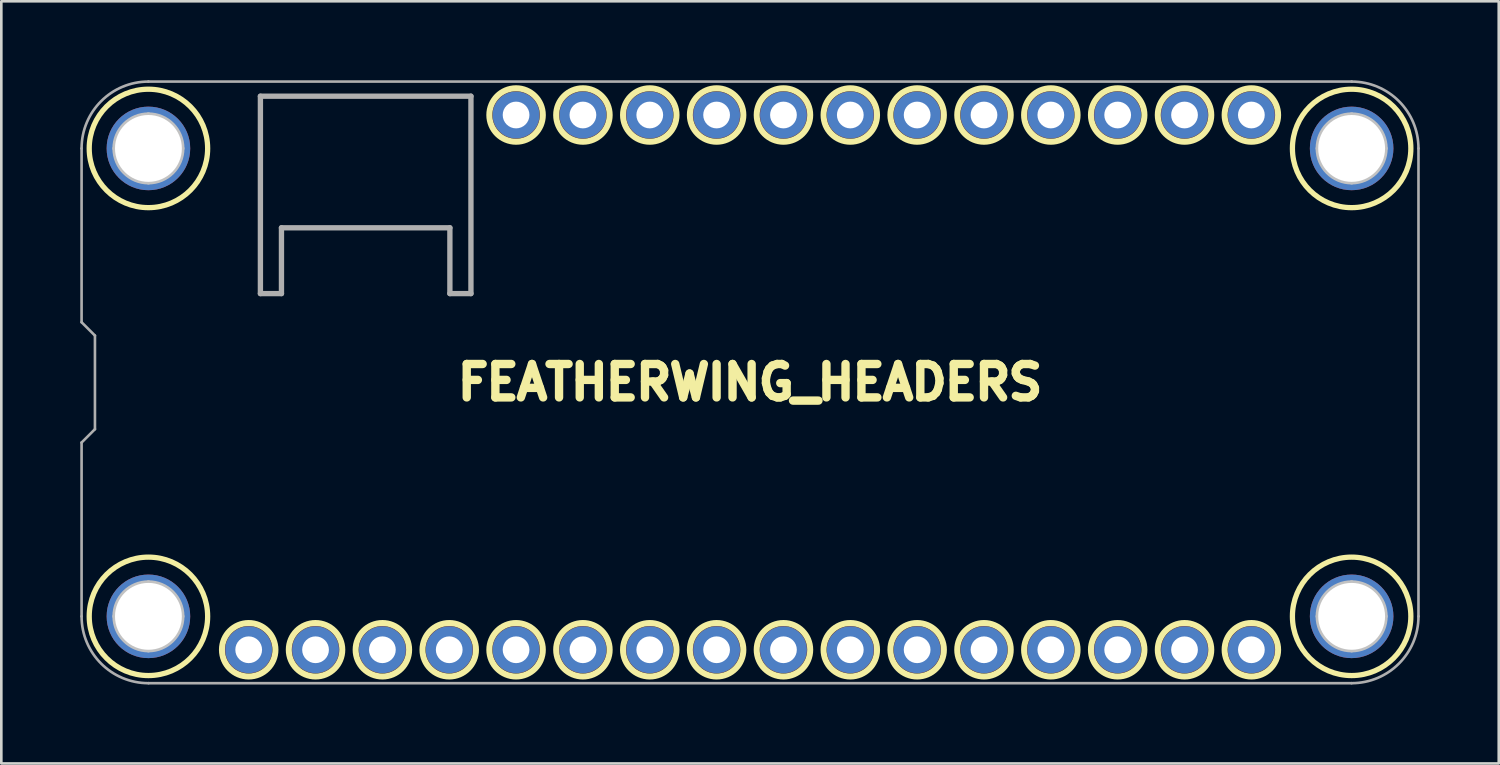
<source format=kicad_pcb>
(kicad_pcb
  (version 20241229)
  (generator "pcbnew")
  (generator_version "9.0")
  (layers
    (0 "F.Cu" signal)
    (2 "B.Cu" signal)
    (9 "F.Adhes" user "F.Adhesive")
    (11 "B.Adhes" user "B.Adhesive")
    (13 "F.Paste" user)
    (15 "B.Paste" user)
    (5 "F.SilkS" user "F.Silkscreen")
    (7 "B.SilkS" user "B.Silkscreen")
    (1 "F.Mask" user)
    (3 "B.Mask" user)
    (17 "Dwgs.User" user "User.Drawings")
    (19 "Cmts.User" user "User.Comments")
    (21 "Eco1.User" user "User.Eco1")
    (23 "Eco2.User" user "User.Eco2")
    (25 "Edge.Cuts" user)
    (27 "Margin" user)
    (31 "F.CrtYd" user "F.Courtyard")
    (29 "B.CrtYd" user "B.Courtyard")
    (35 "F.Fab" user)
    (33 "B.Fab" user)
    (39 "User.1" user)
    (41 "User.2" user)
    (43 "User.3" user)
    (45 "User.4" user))
  (footprint "FEATHERWING_HEADERS"
    (layer "F.Cu")
    (at 25.45 11.48)
    (property "Reference" "FEATHERWING_HEADERS" (at 0 0 0) (layer "F.SilkS") (effects (font (size 1.27 1.27) (thickness 0.318))))
    (fp_circle (center -22.86 -8.89) (end -20.61 -8.89) (stroke (width 0.2) (type solid)) (fill no) (layer "F.SilkS"))
    (fp_circle (center -22.86 8.89) (end -20.61 8.89) (stroke (width 0.2) (type solid)) (fill no) (layer "F.SilkS"))
    (fp_circle (center -19.05 10.16) (end -18.034 10.16) (stroke (width 0.229) (type solid)) (fill no) (layer "F.SilkS"))
    (fp_circle (center -16.51 10.16) (end -15.494 10.16) (stroke (width 0.229) (type solid)) (fill no) (layer "F.SilkS"))
    (fp_circle (center -13.97 10.16) (end -12.954 10.16) (stroke (width 0.229) (type solid)) (fill no) (layer "F.SilkS"))
    (fp_circle (center -11.43 10.16) (end -10.414 10.16) (stroke (width 0.229) (type solid)) (fill no) (layer "F.SilkS"))
    (fp_circle (center -8.89 -10.16) (end -7.874 -10.16) (stroke (width 0.229) (type solid)) (fill no) (layer "F.SilkS"))
    (fp_circle (center -8.89 10.16) (end -7.874 10.16) (stroke (width 0.229) (type solid)) (fill no) (layer "F.SilkS"))
    (fp_circle (center -6.35 -10.16) (end -5.334 -10.16) (stroke (width 0.229) (type solid)) (fill no) (layer "F.SilkS"))
    (fp_circle (center -6.35 10.16) (end -5.334 10.16) (stroke (width 0.229) (type solid)) (fill no) (layer "F.SilkS"))
    (fp_circle (center -3.81 -10.16) (end -2.794 -10.16) (stroke (width 0.229) (type solid)) (fill no) (layer "F.SilkS"))
    (fp_circle (center -3.81 10.16) (end -2.794 10.16) (stroke (width 0.229) (type solid)) (fill no) (layer "F.SilkS"))
    (fp_circle (center -1.27 -10.16) (end -0.254 -10.16) (stroke (width 0.229) (type solid)) (fill no) (layer "F.SilkS"))
    (fp_circle (center -1.27 10.16) (end -0.254 10.16) (stroke (width 0.229) (type solid)) (fill no) (layer "F.SilkS"))
    (fp_circle (center 1.27 -10.16) (end 2.286 -10.16) (stroke (width 0.229) (type solid)) (fill no) (layer "F.SilkS"))
    (fp_circle (center 1.27 10.16) (end 2.286 10.16) (stroke (width 0.229) (type solid)) (fill no) (layer "F.SilkS"))
    (fp_circle (center 3.81 -10.16) (end 4.826 -10.16) (stroke (width 0.229) (type solid)) (fill no) (layer "F.SilkS"))
    (fp_circle (center 3.81 10.16) (end 4.826 10.16) (stroke (width 0.229) (type solid)) (fill no) (layer "F.SilkS"))
    (fp_circle (center 6.35 -10.16) (end 7.366 -10.16) (stroke (width 0.229) (type solid)) (fill no) (layer "F.SilkS"))
    (fp_circle (center 6.35 10.16) (end 7.366 10.16) (stroke (width 0.229) (type solid)) (fill no) (layer "F.SilkS"))
    (fp_circle (center 8.89 -10.16) (end 9.906 -10.16) (stroke (width 0.229) (type solid)) (fill no) (layer "F.SilkS"))
    (fp_circle (center 8.89 10.16) (end 9.906 10.16) (stroke (width 0.229) (type solid)) (fill no) (layer "F.SilkS"))
    (fp_circle (center 11.43 -10.16) (end 12.446 -10.16) (stroke (width 0.229) (type solid)) (fill no) (layer "F.SilkS"))
    (fp_circle (center 11.43 10.16) (end 12.446 10.16) (stroke (width 0.229) (type solid)) (fill no) (layer "F.SilkS"))
    (fp_circle (center 13.97 -10.16) (end 14.986 -10.16) (stroke (width 0.229) (type solid)) (fill no) (layer "F.SilkS"))
    (fp_circle (center 13.97 10.16) (end 14.986 10.16) (stroke (width 0.229) (type solid)) (fill no) (layer "F.SilkS"))
    (fp_circle (center 16.51 -10.16) (end 17.526 -10.16) (stroke (width 0.229) (type solid)) (fill no) (layer "F.SilkS"))
    (fp_circle (center 16.51 10.16) (end 17.526 10.16) (stroke (width 0.229) (type solid)) (fill no) (layer "F.SilkS"))
    (fp_circle (center 19.05 -10.16) (end 20.066 -10.16) (stroke (width 0.229) (type solid)) (fill no) (layer "F.SilkS"))
    (fp_circle (center 19.05 10.16) (end 20.066 10.16) (stroke (width 0.229) (type solid)) (fill no) (layer "F.SilkS"))
    (fp_circle (center 22.86 -8.89) (end 25.11 -8.89) (stroke (width 0.2) (type solid)) (fill no) (layer "F.SilkS"))
    (fp_circle (center 22.86 8.89) (end 25.11 8.89) (stroke (width 0.2) (type solid)) (fill no) (layer "F.SilkS"))
    (fp_line (start -24.13 -8.89) (end -21.59 -8.89) (stroke (width 0.2) (type solid)) (layer "Dwgs.User"))
    (fp_line (start -24.13 8.89) (end -21.59 8.89) (stroke (width 0.2) (type solid)) (layer "Dwgs.User"))
    (fp_line (start -22.86 -10.16) (end -22.86 -7.62) (stroke (width 0.2) (type solid)) (layer "Dwgs.User"))
    (fp_line (start -22.86 7.62) (end -22.86 10.16) (stroke (width 0.2) (type solid)) (layer "Dwgs.User"))
    (fp_line (start 21.59 -8.89) (end 24.13 -8.89) (stroke (width 0.2) (type solid)) (layer "Dwgs.User"))
    (fp_line (start 21.59 8.89) (end 24.13 8.89) (stroke (width 0.2) (type solid)) (layer "Dwgs.User"))
    (fp_line (start 22.86 -10.16) (end 22.86 -7.62) (stroke (width 0.2) (type solid)) (layer "Dwgs.User"))
    (fp_line (start 22.86 7.62) (end 22.86 10.16) (stroke (width 0.2) (type solid)) (layer "Dwgs.User"))
    (fp_circle (center -22.86 -8.89) (end -21.59 -8.89) (stroke (width 0.2) (type solid)) (fill no) (layer "Dwgs.User"))
    (fp_circle (center -22.86 8.89) (end -21.59 8.89) (stroke (width 0.2) (type solid)) (fill no) (layer "Dwgs.User"))
    (fp_circle (center 22.86 -8.89) (end 24.13 -8.89) (stroke (width 0.2) (type solid)) (fill no) (layer "Dwgs.User"))
    (fp_circle (center 22.86 8.89) (end 24.13 8.89) (stroke (width 0.2) (type solid)) (fill no) (layer "Dwgs.User"))
    (fp_line (start -25.4 -8.89) (end -25.4 -2.286) (stroke (width 0.1) (type solid)) (layer "F.Fab"))
    (fp_line (start -25.4 -2.286) (end -24.892 -1.778) (stroke (width 0.1) (type solid)) (layer "F.Fab"))
    (fp_line (start -25.4 2.286) (end -25.4 8.89) (stroke (width 0.1) (type solid)) (layer "F.Fab"))
    (fp_line (start -24.892 -1.778) (end -24.892 1.778) (stroke (width 0.1) (type solid)) (layer "F.Fab"))
    (fp_line (start -24.892 1.778) (end -25.4 2.286) (stroke (width 0.1) (type solid)) (layer "F.Fab"))
    (fp_line (start -22.86 11.43) (end 22.86 11.43) (stroke (width 0.1) (type solid)) (layer "F.Fab"))
    (fp_line (start -18.605 -10.874) (end -10.605 -10.874) (stroke (width 0.203) (type solid)) (layer "F.Fab"))
    (fp_line (start -18.605 -3.374) (end -18.605 -10.874) (stroke (width 0.203) (type solid)) (layer "F.Fab"))
    (fp_line (start -17.805 -5.874) (end -17.805 -3.374) (stroke (width 0.203) (type solid)) (layer "F.Fab"))
    (fp_line (start -17.805 -3.374) (end -18.605 -3.374) (stroke (width 0.203) (type solid)) (layer "F.Fab"))
    (fp_line (start -11.405 -5.874) (end -17.805 -5.874) (stroke (width 0.203) (type solid)) (layer "F.Fab"))
    (fp_line (start -11.405 -3.374) (end -11.405 -5.874) (stroke (width 0.203) (type solid)) (layer "F.Fab"))
    (fp_line (start -10.605 -10.874) (end -10.605 -3.374) (stroke (width 0.203) (type solid)) (layer "F.Fab"))
    (fp_line (start -10.605 -3.374) (end -11.405 -3.374) (stroke (width 0.203) (type solid)) (layer "F.Fab"))
    (fp_line (start 22.86 -11.43) (end -22.86 -11.43) (stroke (width 0.1) (type solid)) (layer "F.Fab"))
    (fp_line (start 25.4 8.89) (end 25.4 -8.89) (stroke (width 0.1) (type solid)) (layer "F.Fab"))
    (fp_arc (start -25.4 -8.89) (mid -24.656051 -10.686051) (end -22.86 -11.43) (stroke (width 0.1) (type solid)) (layer "F.Fab"))
    (fp_arc (start -22.86 11.43) (mid -24.656051 10.686051) (end -25.4 8.89) (stroke (width 0.1) (type solid)) (layer "F.Fab"))
    (fp_arc (start 22.86 -11.43) (mid 24.656051 -10.686051) (end 25.4 -8.89) (stroke (width 0.1) (type solid)) (layer "F.Fab"))
    (fp_arc (start 25.4 8.89) (mid 24.656051 10.686051) (end 22.86 11.43) (stroke (width 0.1) (type solid)) (layer "F.Fab"))
    (pad "" thru_hole circle (at -22.86 -8.89) (size 3.175 3.175) (drill 2.54) (layers "*.Cu" "*.Mask"))
    (pad "" thru_hole circle (at -22.86 8.89) (size 3.175 3.175) (drill 2.54) (layers "*.Cu" "*.Mask"))
    (pad "" thru_hole circle (at 22.86 -8.89) (size 3.175 3.175) (drill 2.54) (layers "*.Cu" "*.Mask"))
    (pad "" thru_hole circle (at 22.86 8.89) (size 3.175 3.175) (drill 2.54) (layers "*.Cu" "*.Mask"))
    (pad "1" thru_hole circle (at -19.05 10.16) (size 1.778 1.778) (drill 1.016) (layers "*.Cu" "*.Mask"))
    (pad "2" thru_hole circle (at -16.51 10.16) (size 1.778 1.778) (drill 1.016) (layers "*.Cu" "*.Mask"))
    (pad "3" thru_hole circle (at -13.97 10.16) (size 1.778 1.778) (drill 1.016) (layers "*.Cu" "*.Mask"))
    (pad "4" thru_hole circle (at -11.43 10.16) (size 1.778 1.778) (drill 1.016) (layers "*.Cu" "*.Mask"))
    (pad "5" thru_hole circle (at -8.89 10.16) (size 1.778 1.778) (drill 1.016) (layers "*.Cu" "*.Mask"))
    (pad "6" thru_hole circle (at -6.35 10.16) (size 1.778 1.778) (drill 1.016) (layers "*.Cu" "*.Mask"))
    (pad "7" thru_hole circle (at -3.81 10.16) (size 1.778 1.778) (drill 1.016) (layers "*.Cu" "*.Mask"))
    (pad "8" thru_hole circle (at -1.27 10.16) (size 1.778 1.778) (drill 1.016) (layers "*.Cu" "*.Mask"))
    (pad "9" thru_hole circle (at 1.27 10.16) (size 1.778 1.778) (drill 1.016) (layers "*.Cu" "*.Mask"))
    (pad "10" thru_hole circle (at 3.81 10.16) (size 1.778 1.778) (drill 1.016) (layers "*.Cu" "*.Mask"))
    (pad "11" thru_hole circle (at 6.35 10.16) (size 1.778 1.778) (drill 1.016) (layers "*.Cu" "*.Mask"))
    (pad "12" thru_hole circle (at 8.89 10.16) (size 1.778 1.778) (drill 1.016) (layers "*.Cu" "*.Mask"))
    (pad "13" thru_hole circle (at 11.43 10.16) (size 1.778 1.778) (drill 1.016) (layers "*.Cu" "*.Mask"))
    (pad "14" thru_hole circle (at 13.97 10.16) (size 1.778 1.778) (drill 1.016) (layers "*.Cu" "*.Mask"))
    (pad "15" thru_hole circle (at 16.51 10.16) (size 1.778 1.778) (drill 1.016) (layers "*.Cu" "*.Mask"))
    (pad "16" thru_hole circle (at 19.05 10.16) (size 1.778 1.778) (drill 1.016) (layers "*.Cu" "*.Mask"))
    (pad "17" thru_hole circle (at 19.05 -10.16) (size 1.778 1.778) (drill 1.016) (layers "*.Cu" "*.Mask"))
    (pad "18" thru_hole circle (at 16.51 -10.16) (size 1.778 1.778) (drill 1.016) (layers "*.Cu" "*.Mask"))
    (pad "19" thru_hole circle (at 13.97 -10.16) (size 1.778 1.778) (drill 1.016) (layers "*.Cu" "*.Mask"))
    (pad "20" thru_hole circle (at 11.43 -10.16) (size 1.778 1.778) (drill 1.016) (layers "*.Cu" "*.Mask"))
    (pad "21" thru_hole circle (at 8.89 -10.16) (size 1.778 1.778) (drill 1.016) (layers "*.Cu" "*.Mask"))
    (pad "22" thru_hole circle (at 6.35 -10.16) (size 1.778 1.778) (drill 1.016) (layers "*.Cu" "*.Mask"))
    (pad "23" thru_hole circle (at 3.81 -10.16) (size 1.778 1.778) (drill 1.016) (layers "*.Cu" "*.Mask"))
    (pad "24" thru_hole circle (at 1.27 -10.16) (size 1.778 1.778) (drill 1.016) (layers "*.Cu" "*.Mask"))
    (pad "25" thru_hole circle (at -1.27 -10.16) (size 1.778 1.778) (drill 1.016) (layers "*.Cu" "*.Mask"))
    (pad "26" thru_hole circle (at -3.81 -10.16) (size 1.778 1.778) (drill 1.016) (layers "*.Cu" "*.Mask"))
    (pad "27" thru_hole circle (at -6.35 -10.16) (size 1.778 1.778) (drill 1.016) (layers "*.Cu" "*.Mask"))
    (pad "28" thru_hole circle (at -8.89 -10.16) (size 1.778 1.778) (drill 1.016) (layers "*.Cu" "*.Mask")))
  (gr_rect
    (start -3 -3)
    (end 53.9 25.96)
    (stroke (width 0.1) (type default))
    (fill no)
    (layer "Edge.Cuts")))
</source>
